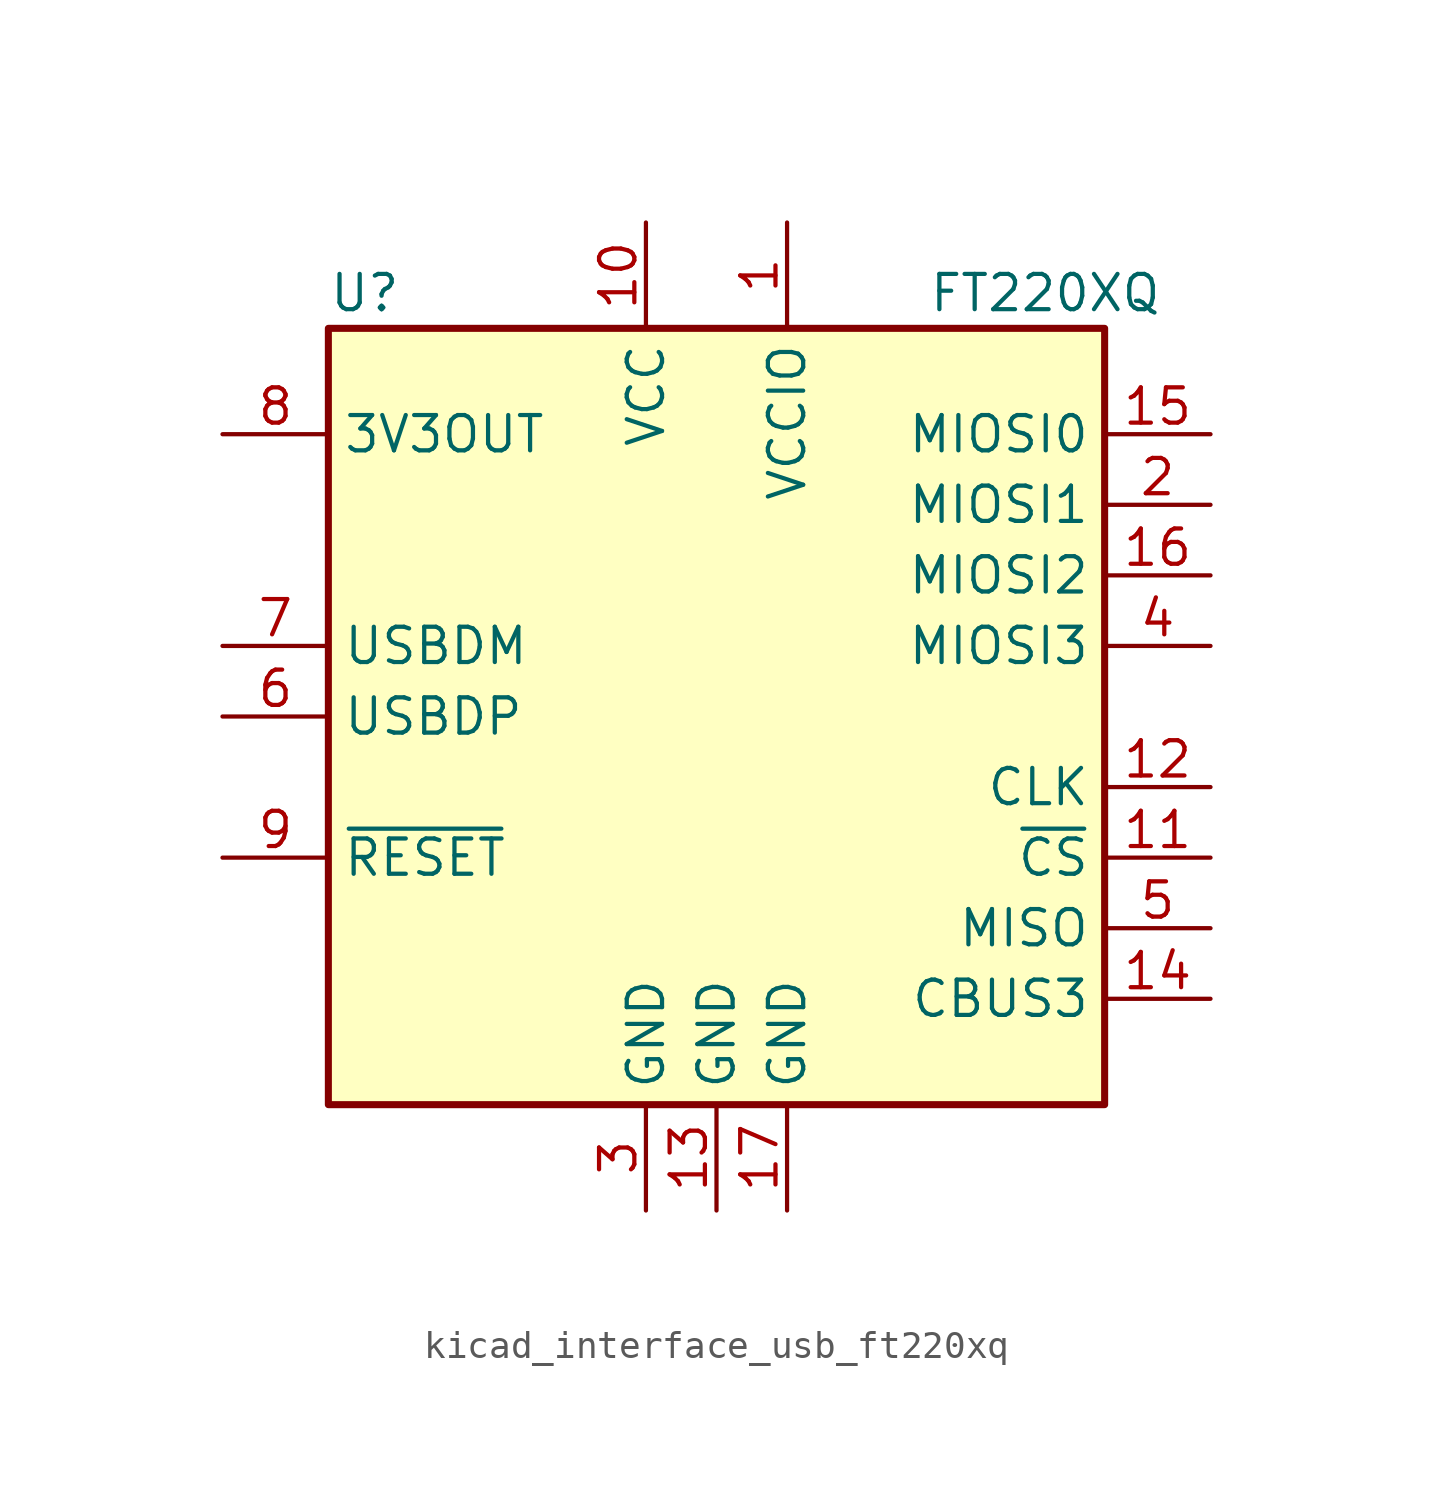
<source format=kicad_sym>
(kicad_symbol_lib
  (version 20220914)
  (generator kicad_symbol_editor)
  (symbol "kicad_interface_usb_ft220xq"
    (property "Reference" "U"
      (at -13.97 15.24 0)
      (effects (font (size 1.27 1.27)) (justify left)))
    (property "Value" "FT220XQ"
      (at 7.62 15.24 0)
      (effects (font (size 1.27 1.27)) (justify left)))
    (symbol "kicad_interface_usb_ft220xq_0_1"
      (rectangle (start -13.97 13.97) (end 13.97 -13.97) (stroke (width 0.254) (type default)) (fill (type background))))
    (symbol "kicad_interface_usb_ft220xq_1_1"
      (pin power_in line (at 2.54 17.78 270) (length 3.81) (name "VCCIO" (effects (font (size 1.27 1.27)))) (number "1" (effects (font (size 1.27 1.27)))))
      (pin power_in line (at -2.54 17.78 270) (length 3.81) (name "VCC" (effects (font (size 1.27 1.27)))) (number "10" (effects (font (size 1.27 1.27)))))
      (pin input line (at 17.78 -5.08 180) (length 3.81) (name "~{CS}" (effects (font (size 1.27 1.27)))) (number "11" (effects (font (size 1.27 1.27)))))
      (pin input line (at 17.78 -2.54 180) (length 3.81) (name "CLK" (effects (font (size 1.27 1.27)))) (number "12" (effects (font (size 1.27 1.27)))))
      (pin power_in line (at 0 -17.78 90) (length 3.81) (name "GND" (effects (font (size 1.27 1.27)))) (number "13" (effects (font (size 1.27 1.27)))))
      (pin bidirectional line (at 17.78 -10.16 180) (length 3.81) (name "CBUS3" (effects (font (size 1.27 1.27)))) (number "14" (effects (font (size 1.27 1.27)))))
      (pin input line (at 17.78 10.16 180) (length 3.81) (name "MIOSI0" (effects (font (size 1.27 1.27)))) (number "15" (effects (font (size 1.27 1.27)))))
      (pin input line (at 17.78 5.08 180) (length 3.81) (name "MIOSI2" (effects (font (size 1.27 1.27)))) (number "16" (effects (font (size 1.27 1.27)))))
      (pin power_in line (at 2.54 -17.78 90) (length 3.81) (name "GND" (effects (font (size 1.27 1.27)))) (number "17" (effects (font (size 1.27 1.27)))))
      (pin input line (at 17.78 7.62 180) (length 3.81) (name "MIOSI1" (effects (font (size 1.27 1.27)))) (number "2" (effects (font (size 1.27 1.27)))))
      (pin power_in line (at -2.54 -17.78 90) (length 3.81) (name "GND" (effects (font (size 1.27 1.27)))) (number "3" (effects (font (size 1.27 1.27)))))
      (pin input line (at 17.78 2.54 180) (length 3.81) (name "MIOSI3" (effects (font (size 1.27 1.27)))) (number "4" (effects (font (size 1.27 1.27)))))
      (pin input line (at 17.78 -7.62 180) (length 3.81) (name "MISO" (effects (font (size 1.27 1.27)))) (number "5" (effects (font (size 1.27 1.27)))))
      (pin bidirectional line (at -17.78 0 0) (length 3.81) (name "USBDP" (effects (font (size 1.27 1.27)))) (number "6" (effects (font (size 1.27 1.27)))))
      (pin bidirectional line (at -17.78 2.54 0) (length 3.81) (name "USBDM" (effects (font (size 1.27 1.27)))) (number "7" (effects (font (size 1.27 1.27)))))
      (pin power_out line (at -17.78 10.16 0) (length 3.81) (name "3V3OUT" (effects (font (size 1.27 1.27)))) (number "8" (effects (font (size 1.27 1.27)))))
      (pin input line (at -17.78 -5.08 0) (length 3.81) (name "~{RESET}" (effects (font (size 1.27 1.27)))) (number "9" (effects (font (size 1.27 1.27))))))))
</source>
